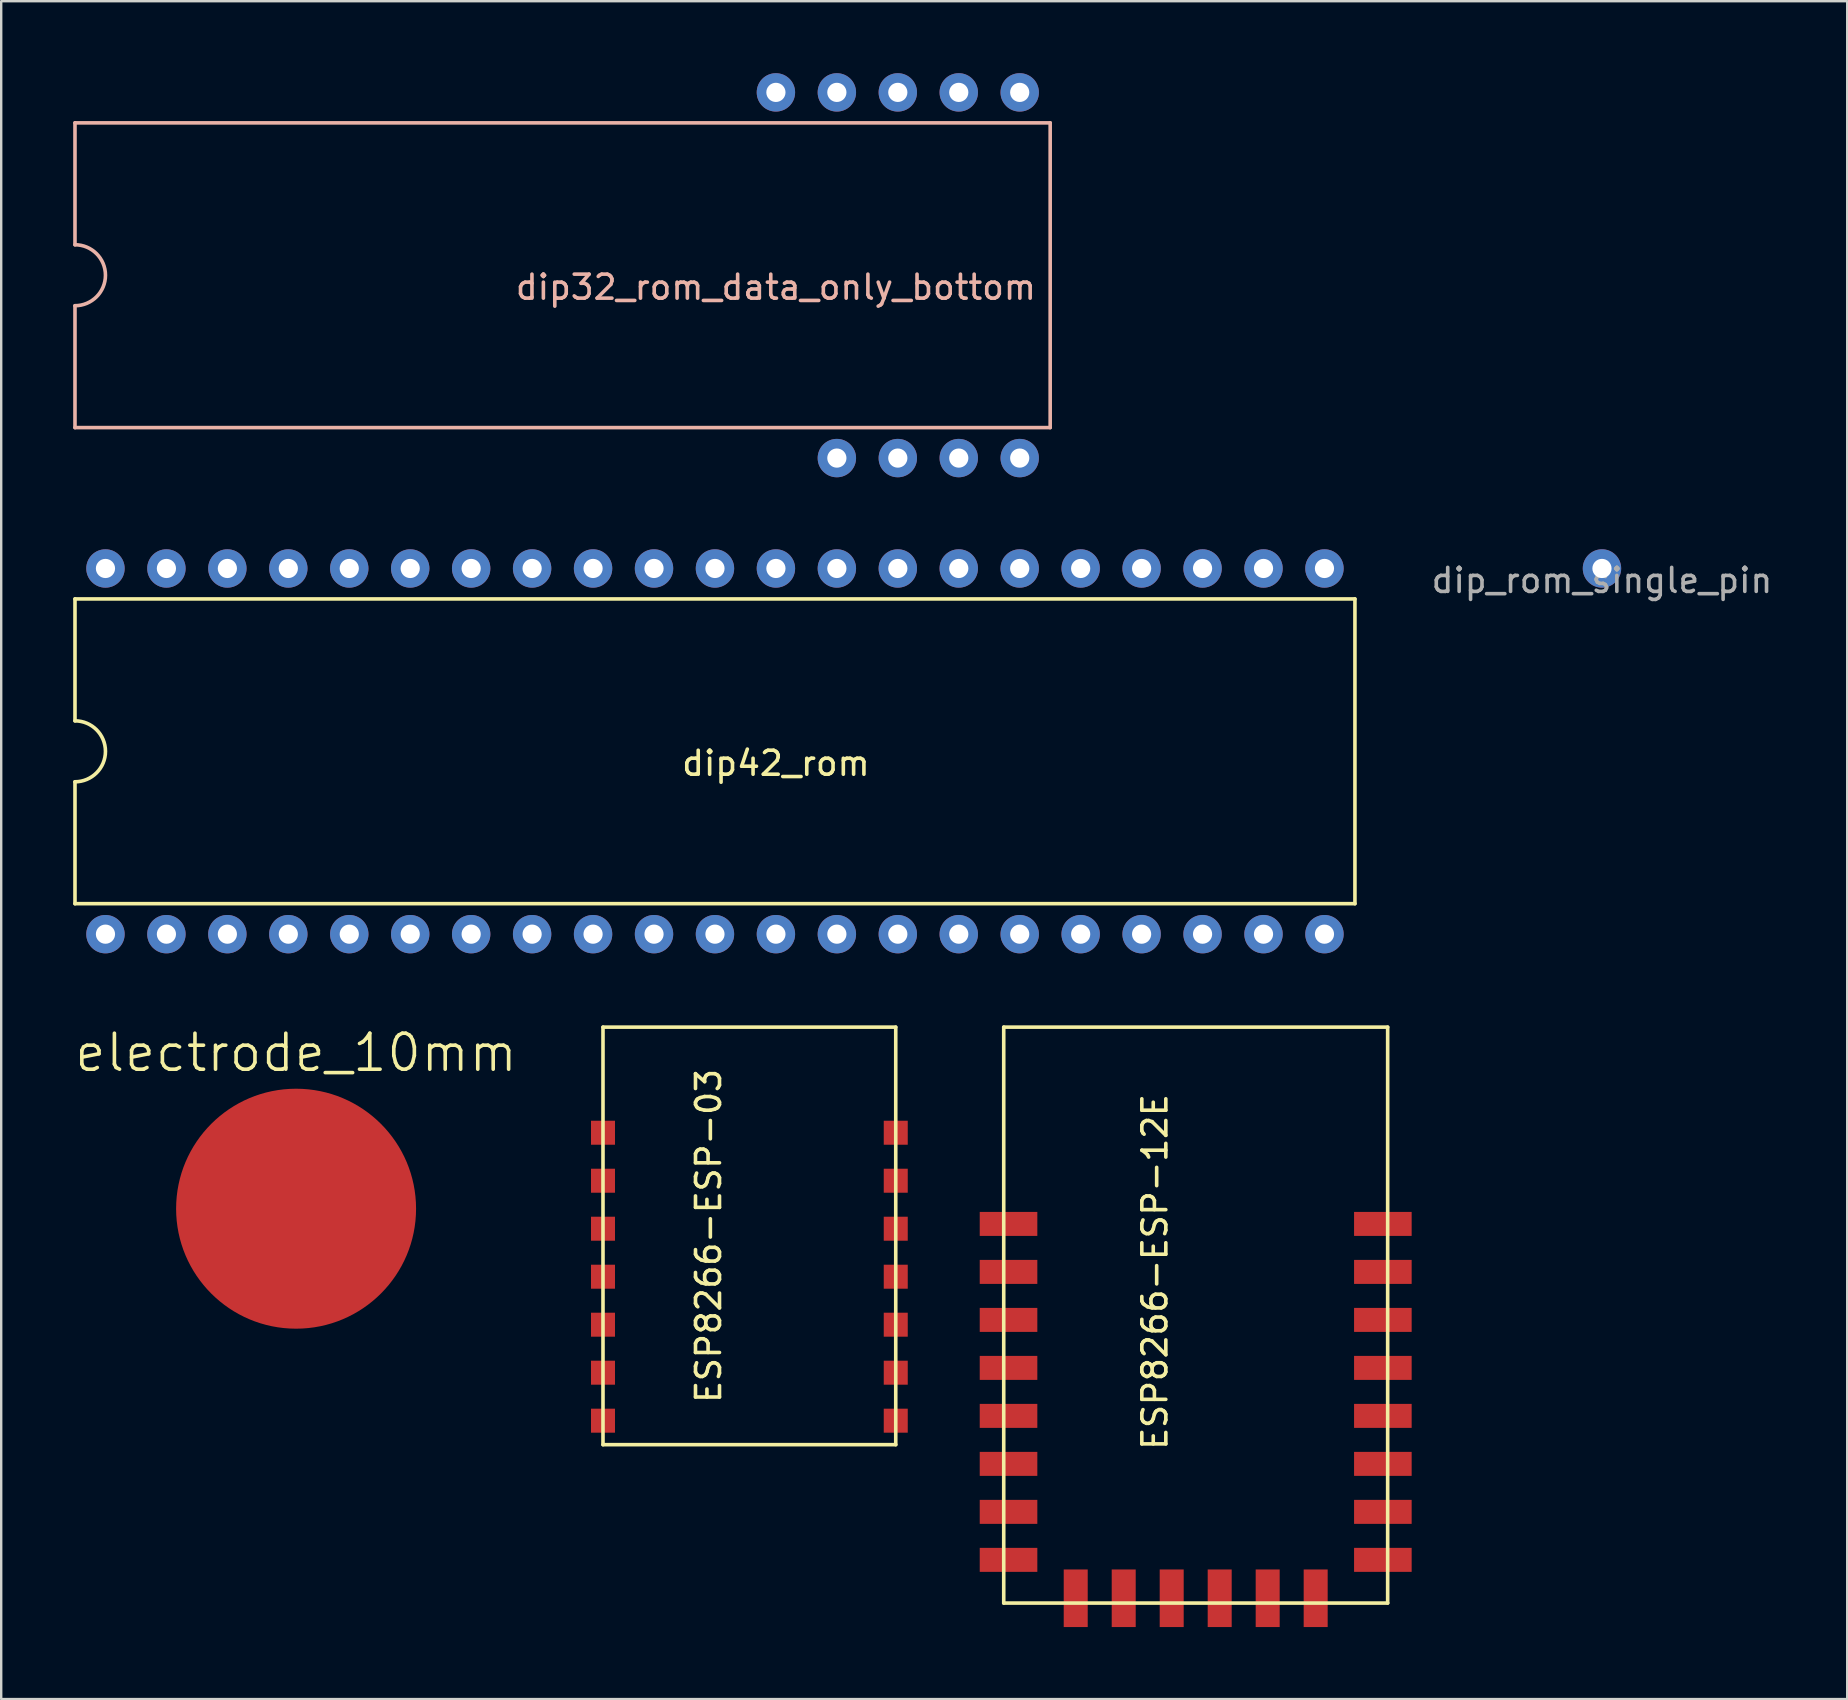
<source format=kicad_pcb>
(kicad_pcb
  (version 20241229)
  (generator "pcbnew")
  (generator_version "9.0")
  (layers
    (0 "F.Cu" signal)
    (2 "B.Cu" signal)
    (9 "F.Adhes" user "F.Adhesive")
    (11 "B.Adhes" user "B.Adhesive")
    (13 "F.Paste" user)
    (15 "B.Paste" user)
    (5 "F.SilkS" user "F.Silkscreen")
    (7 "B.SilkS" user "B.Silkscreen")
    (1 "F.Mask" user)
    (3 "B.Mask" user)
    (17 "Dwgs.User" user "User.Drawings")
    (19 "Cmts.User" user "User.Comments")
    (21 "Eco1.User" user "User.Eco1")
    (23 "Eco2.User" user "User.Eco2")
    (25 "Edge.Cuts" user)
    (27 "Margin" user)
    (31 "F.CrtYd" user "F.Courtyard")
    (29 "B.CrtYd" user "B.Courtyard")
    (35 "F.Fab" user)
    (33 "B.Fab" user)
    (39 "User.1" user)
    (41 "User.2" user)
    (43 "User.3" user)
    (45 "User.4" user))
  (footprint "dip_rom_single_pin"
    (layer "F.Cu")
    (at 63.71 20.64)
    (property "Reference" "dip_rom_single_pin" (at 0 0.5 0) (layer "F.Fab") (effects (font (size 1 1) (thickness 0.15))))
    (attr through_hole)
    (pad "1" thru_hole circle (at 0 0) (size 1.6 1.6) (drill 0.8) (layers "*.Cu" "*.Mask")))
  (footprint "ESP8266-ESP-12E"
    (layer "F.Cu")
    (at 46.779 51.755)
    (property "Reference" "ESP8266-ESP-12E" (at -1.7 -1.8 90) (layer "F.SilkS") (effects (font (size 1 1) (thickness 0.15))))
    (attr through_hole)
    (fp_line (start -8 -12) (end -8 12) (stroke (width 0.15) (type solid)) (layer "F.SilkS"))
    (fp_line (start -8 12) (end 8 12) (stroke (width 0.15) (type solid)) (layer "F.SilkS"))
    (fp_line (start 8 -12) (end -8 -12) (stroke (width 0.15) (type solid)) (layer "F.SilkS"))
    (fp_line (start 8 -12) (end 8 12) (stroke (width 0.15) (type solid)) (layer "F.SilkS"))
    (pad "1" smd rect (at -7.8 -3.8) (size 2.4 1) (layers "F.Cu" "F.Mask" "F.Paste"))
    (pad "2" smd rect (at -7.8 -1.8) (size 2.4 1) (layers "F.Cu" "F.Mask" "F.Paste"))
    (pad "3" smd rect (at -7.8 0.2) (size 2.4 1) (layers "F.Cu" "F.Mask" "F.Paste"))
    (pad "4" smd rect (at -7.8 2.2) (size 2.4 1) (layers "F.Cu" "F.Mask" "F.Paste"))
    (pad "5" smd rect (at -7.8 4.2) (size 2.4 1) (layers "F.Cu" "F.Mask" "F.Paste"))
    (pad "6" smd rect (at -7.8 6.2) (size 2.4 1) (layers "F.Cu" "F.Mask" "F.Paste"))
    (pad "7" smd rect (at -7.8 8.2) (size 2.4 1) (layers "F.Cu" "F.Mask" "F.Paste"))
    (pad "8" smd rect (at -7.8 10.2) (size 2.4 1) (layers "F.Cu" "F.Mask" "F.Paste"))
    (pad "9" smd rect (at -5 11.8) (size 1 2.4) (layers "F.Cu" "F.Mask" "F.Paste"))
    (pad "10" smd rect (at -3 11.8) (size 1 2.4) (layers "F.Cu" "F.Mask" "F.Paste"))
    (pad "11" smd rect (at -1 11.8) (size 1 2.4) (layers "F.Cu" "F.Mask" "F.Paste"))
    (pad "12" smd rect (at 1 11.8) (size 1 2.4) (layers "F.Cu" "F.Mask" "F.Paste"))
    (pad "13" smd rect (at 3 11.8) (size 1 2.4) (layers "F.Cu" "F.Mask" "F.Paste"))
    (pad "14" smd rect (at 5 11.8) (size 1 2.4) (layers "F.Cu" "F.Mask" "F.Paste"))
    (pad "15" smd rect (at 7.8 10.2) (size 2.4 1) (layers "F.Cu" "F.Mask" "F.Paste"))
    (pad "16" smd rect (at 7.8 8.2) (size 2.4 1) (layers "F.Cu" "F.Mask" "F.Paste"))
    (pad "17" smd rect (at 7.8 6.2) (size 2.4 1) (layers "F.Cu" "F.Mask" "F.Paste"))
    (pad "18" smd rect (at 7.8 4.2) (size 2.4 1) (layers "F.Cu" "F.Mask" "F.Paste"))
    (pad "19" smd rect (at 7.8 2.2) (size 2.4 1) (layers "F.Cu" "F.Mask" "F.Paste"))
    (pad "20" smd rect (at 7.8 0.2) (size 2.4 1) (layers "F.Cu" "F.Mask" "F.Paste"))
    (pad "21" smd rect (at 7.8 -1.8) (size 2.4 1) (layers "F.Cu" "F.Mask" "F.Paste"))
    (pad "22" smd rect (at 7.8 -3.8) (size 2.4 1) (layers "F.Cu" "F.Mask" "F.Paste")))
  (footprint "electrode_10mm"
    (layer "F.Cu")
    (at 9.289 47.321)
    (property "Reference" "electrode_10mm" (at 0 -6.5 0) (layer "F.SilkS") (effects (font (size 1.5 1.5) (thickness 0.15))))
    (attr through_hole)
    (pad "1" smd circle (at 0 0) (size 10 10) (layers "F.Cu" "F.Mask" "F.Paste")))
  (footprint "dip32_rom_data_only_bottom"
    (layer "F.Cu")
    (at 29.285 8.42)
    (property "Reference" "dip32_rom_data_only_bottom" (at 0 0.5 0) (layer "B.SilkS") (effects (font (size 1 1) (thickness 0.15))))
    (attr through_hole)
    (fp_line (start -29.21 -6.35) (end -29.21 -1.27) (stroke (width 0.15) (type solid)) (layer "B.SilkS"))
    (fp_line (start -29.21 -6.35) (end 11.43 -6.35) (stroke (width 0.15) (type solid)) (layer "B.SilkS"))
    (fp_line (start -29.21 1.27) (end -29.21 6.35) (stroke (width 0.15) (type solid)) (layer "B.SilkS"))
    (fp_line (start 11.43 -6.35) (end 11.43 6.35) (stroke (width 0.15) (type solid)) (layer "B.SilkS"))
    (fp_line (start 11.43 6.35) (end -29.21 6.35) (stroke (width 0.15) (type solid)) (layer "B.SilkS"))
    (fp_arc (start -29.21 -1.27) (mid -27.94 0) (end -29.21 1.27) (stroke (width 0.15) (type solid)) (layer "B.SilkS"))
    (pad "13" thru_hole circle (at 2.54 7.62) (size 1.6 1.6) (drill 0.8) (layers "*.Cu" "*.Mask"))
    (pad "14" thru_hole circle (at 5.08 7.62) (size 1.6 1.6) (drill 0.8) (layers "*.Cu" "*.Mask"))
    (pad "15" thru_hole circle (at 7.62 7.62) (size 1.6 1.6) (drill 0.8) (layers "*.Cu" "*.Mask"))
    (pad "16" thru_hole circle (at 10.16 7.62) (size 1.6 1.6) (drill 0.8) (layers "*.Cu" "*.Mask"))
    (pad "17" thru_hole circle (at 10.16 -7.62) (size 1.6 1.6) (drill 0.8) (layers "*.Cu" "*.Mask"))
    (pad "18" thru_hole circle (at 7.62 -7.62) (size 1.6 1.6) (drill 0.8) (layers "*.Cu" "*.Mask"))
    (pad "19" thru_hole circle (at 5.08 -7.62) (size 1.6 1.6) (drill 0.8) (layers "*.Cu" "*.Mask"))
    (pad "20" thru_hole circle (at 2.54 -7.62) (size 1.6 1.6) (drill 0.8) (layers "*.Cu" "*.Mask"))
    (pad "21" thru_hole circle (at 0 -7.62) (size 1.6 1.6) (drill 0.8) (layers "*.Cu" "*.Mask")))
  (footprint "ESP8266-ESP-03"
    (layer "F.Cu")
    (at 28.179 50.255)
    (property "Reference" "ESP8266-ESP-03" (at -1.7 -1.8 90) (layer "F.SilkS") (effects (font (size 1 1) (thickness 0.15))))
    (attr through_hole)
    (fp_line (start -6.1 -10.5) (end 6.1 -10.5) (stroke (width 0.15) (type solid)) (layer "F.SilkS"))
    (fp_line (start -6.1 6.9) (end -6.1 -10.5) (stroke (width 0.15) (type solid)) (layer "F.SilkS"))
    (fp_line (start 6.1 -10.5) (end 6.1 6.9) (stroke (width 0.15) (type solid)) (layer "F.SilkS"))
    (fp_line (start 6.1 6.9) (end -6.1 6.9) (stroke (width 0.15) (type solid)) (layer "F.SilkS"))
    (pad "1" smd rect (at -6.1 -6.1) (size 1 1) (layers "F.Cu" "F.Mask" "F.Paste"))
    (pad "2" smd rect (at -6.1 -4.1) (size 1 1) (layers "F.Cu" "F.Mask" "F.Paste"))
    (pad "3" smd rect (at -6.1 -2.1) (size 1 1) (layers "F.Cu" "F.Mask" "F.Paste"))
    (pad "4" smd rect (at -6.1 -0.1) (size 1 1) (layers "F.Cu" "F.Mask" "F.Paste"))
    (pad "5" smd rect (at -6.1 1.9) (size 1 1) (layers "F.Cu" "F.Mask" "F.Paste"))
    (pad "6" smd rect (at -6.1 3.9) (size 1 1) (layers "F.Cu" "F.Mask" "F.Paste"))
    (pad "7" smd rect (at -6.1 5.9) (size 1 1) (layers "F.Cu" "F.Mask" "F.Paste"))
    (pad "8" smd rect (at 6.1 5.9) (size 1 1) (layers "F.Cu" "F.Mask" "F.Paste"))
    (pad "9" smd rect (at 6.1 3.9) (size 1 1) (layers "F.Cu" "F.Mask" "F.Paste"))
    (pad "10" smd rect (at 6.1 1.9) (size 1 1) (layers "F.Cu" "F.Mask" "F.Paste"))
    (pad "11" smd rect (at 6.1 -0.1) (size 1 1) (layers "F.Cu" "F.Mask" "F.Paste"))
    (pad "12" smd rect (at 6.1 -2.1) (size 1 1) (layers "F.Cu" "F.Mask" "F.Paste"))
    (pad "13" smd rect (at 6.1 -4.1) (size 1 1) (layers "F.Cu" "F.Mask" "F.Paste"))
    (pad "14" smd rect (at 6.1 -6.1) (size 1 1) (layers "F.Cu" "F.Mask" "F.Paste")))
  (footprint "dip42_rom"
    (layer "F.Cu")
    (at 29.285 28.26)
    (property "Reference" "dip42_rom" (at 0 0.5 0) (layer "F.SilkS") (effects (font (size 1 1) (thickness 0.15))))
    (attr through_hole)
    (fp_line (start -29.21 -6.35) (end -29.21 -1.27) (stroke (width 0.15) (type solid)) (layer "F.SilkS"))
    (fp_line (start -29.21 -6.35) (end 24.13 -6.35) (stroke (width 0.15) (type solid)) (layer "F.SilkS"))
    (fp_line (start -29.21 1.27) (end -29.21 6.35) (stroke (width 0.15) (type solid)) (layer "F.SilkS"))
    (fp_line (start 24.13 -6.35) (end 24.13 6.35) (stroke (width 0.15) (type solid)) (layer "F.SilkS"))
    (fp_line (start 24.13 6.35) (end -29.21 6.35) (stroke (width 0.15) (type solid)) (layer "F.SilkS"))
    (fp_arc (start -29.21 -1.27) (mid -27.94 0) (end -29.21 1.27) (stroke (width 0.15) (type solid)) (layer "F.SilkS"))
    (pad "1" thru_hole circle (at -27.94 7.62) (size 1.6 1.6) (drill 0.8) (layers "*.Cu" "*.Mask"))
    (pad "2" thru_hole circle (at -25.4 7.62) (size 1.6 1.6) (drill 0.8) (layers "*.Cu" "*.Mask"))
    (pad "3" thru_hole circle (at -22.86 7.62) (size 1.6 1.6) (drill 0.8) (layers "*.Cu" "*.Mask"))
    (pad "4" thru_hole circle (at -20.32 7.62) (size 1.6 1.6) (drill 0.8) (layers "*.Cu" "*.Mask"))
    (pad "5" thru_hole circle (at -17.78 7.62) (size 1.6 1.6) (drill 0.8) (layers "*.Cu" "*.Mask"))
    (pad "6" thru_hole circle (at -15.24 7.62) (size 1.6 1.6) (drill 0.8) (layers "*.Cu" "*.Mask"))
    (pad "7" thru_hole circle (at -12.7 7.62) (size 1.6 1.6) (drill 0.8) (layers "*.Cu" "*.Mask"))
    (pad "8" thru_hole circle (at -10.16 7.62) (size 1.6 1.6) (drill 0.8) (layers "*.Cu" "*.Mask"))
    (pad "9" thru_hole circle (at -7.62 7.62) (size 1.6 1.6) (drill 0.8) (layers "*.Cu" "*.Mask"))
    (pad "10" thru_hole circle (at -5.08 7.62) (size 1.6 1.6) (drill 0.8) (layers "*.Cu" "*.Mask"))
    (pad "11" thru_hole circle (at -2.54 7.62) (size 1.6 1.6) (drill 0.8) (layers "*.Cu" "*.Mask"))
    (pad "12" thru_hole circle (at 0 7.62) (size 1.6 1.6) (drill 0.8) (layers "*.Cu" "*.Mask"))
    (pad "13" thru_hole circle (at 2.54 7.62) (size 1.6 1.6) (drill 0.8) (layers "*.Cu" "*.Mask"))
    (pad "14" thru_hole circle (at 5.08 7.62) (size 1.6 1.6) (drill 0.8) (layers "*.Cu" "*.Mask"))
    (pad "15" thru_hole circle (at 7.62 7.62) (size 1.6 1.6) (drill 0.8) (layers "*.Cu" "*.Mask"))
    (pad "16" thru_hole circle (at 10.16 7.62) (size 1.6 1.6) (drill 0.8) (layers "*.Cu" "*.Mask"))
    (pad "17" thru_hole circle (at 12.7 7.62) (size 1.6 1.6) (drill 0.8) (layers "*.Cu" "*.Mask"))
    (pad "18" thru_hole circle (at 15.24 7.62) (size 1.6 1.6) (drill 0.8) (layers "*.Cu" "*.Mask"))
    (pad "19" thru_hole circle (at 17.78 7.62) (size 1.6 1.6) (drill 0.8) (layers "*.Cu" "*.Mask"))
    (pad "20" thru_hole circle (at 20.32 7.62) (size 1.6 1.6) (drill 0.8) (layers "*.Cu" "*.Mask"))
    (pad "21" thru_hole circle (at 22.86 7.62) (size 1.6 1.6) (drill 0.8) (layers "*.Cu" "*.Mask"))
    (pad "22" thru_hole circle (at 22.86 -7.62) (size 1.6 1.6) (drill 0.8) (layers "*.Cu" "*.Mask"))
    (pad "23" thru_hole circle (at 20.32 -7.62) (size 1.6 1.6) (drill 0.8) (layers "*.Cu" "*.Mask"))
    (pad "24" thru_hole circle (at 17.78 -7.62) (size 1.6 1.6) (drill 0.8) (layers "*.Cu" "*.Mask"))
    (pad "25" thru_hole circle (at 15.24 -7.62) (size 1.6 1.6) (drill 0.8) (layers "*.Cu" "*.Mask"))
    (pad "26" thru_hole circle (at 12.7 -7.62) (size 1.6 1.6) (drill 0.8) (layers "*.Cu" "*.Mask"))
    (pad "27" thru_hole circle (at 10.16 -7.62) (size 1.6 1.6) (drill 0.8) (layers "*.Cu" "*.Mask"))
    (pad "28" thru_hole circle (at 7.62 -7.62) (size 1.6 1.6) (drill 0.8) (layers "*.Cu" "*.Mask"))
    (pad "29" thru_hole circle (at 5.08 -7.62) (size 1.6 1.6) (drill 0.8) (layers "*.Cu" "*.Mask"))
    (pad "30" thru_hole circle (at 2.54 -7.62) (size 1.6 1.6) (drill 0.8) (layers "*.Cu" "*.Mask"))
    (pad "31" thru_hole circle (at 0 -7.62) (size 1.6 1.6) (drill 0.8) (layers "*.Cu" "*.Mask"))
    (pad "32" thru_hole circle (at -2.54 -7.62) (size 1.6 1.6) (drill 0.8) (layers "*.Cu" "*.Mask"))
    (pad "33" thru_hole circle (at -5.08 -7.62) (size 1.6 1.6) (drill 0.8) (layers "*.Cu" "*.Mask"))
    (pad "34" thru_hole circle (at -7.62 -7.62) (size 1.6 1.6) (drill 0.8) (layers "*.Cu" "*.Mask"))
    (pad "35" thru_hole circle (at -10.16 -7.62) (size 1.6 1.6) (drill 0.8) (layers "*.Cu" "*.Mask"))
    (pad "36" thru_hole circle (at -12.7 -7.62) (size 1.6 1.6) (drill 0.8) (layers "*.Cu" "*.Mask"))
    (pad "37" thru_hole circle (at -15.24 -7.62) (size 1.6 1.6) (drill 0.8) (layers "*.Cu" "*.Mask"))
    (pad "38" thru_hole circle (at -17.78 -7.62) (size 1.6 1.6) (drill 0.8) (layers "*.Cu" "*.Mask"))
    (pad "39" thru_hole circle (at -20.32 -7.62) (size 1.6 1.6) (drill 0.8) (layers "*.Cu" "*.Mask"))
    (pad "40" thru_hole circle (at -22.86 -7.62) (size 1.6 1.6) (drill 0.8) (layers "*.Cu" "*.Mask"))
    (pad "41" thru_hole circle (at -25.4 -7.62) (size 1.6 1.6) (drill 0.8) (layers "*.Cu" "*.Mask"))
    (pad "42" thru_hole circle (at -27.94 -7.62) (size 1.6 1.6) (drill 0.8) (layers "*.Cu" "*.Mask")))
  (gr_rect
    (start -3 -3)
    (end 73.93 67.755)
    (stroke (width 0.1) (type default))
    (fill no)
    (layer "Edge.Cuts")))
</source>
